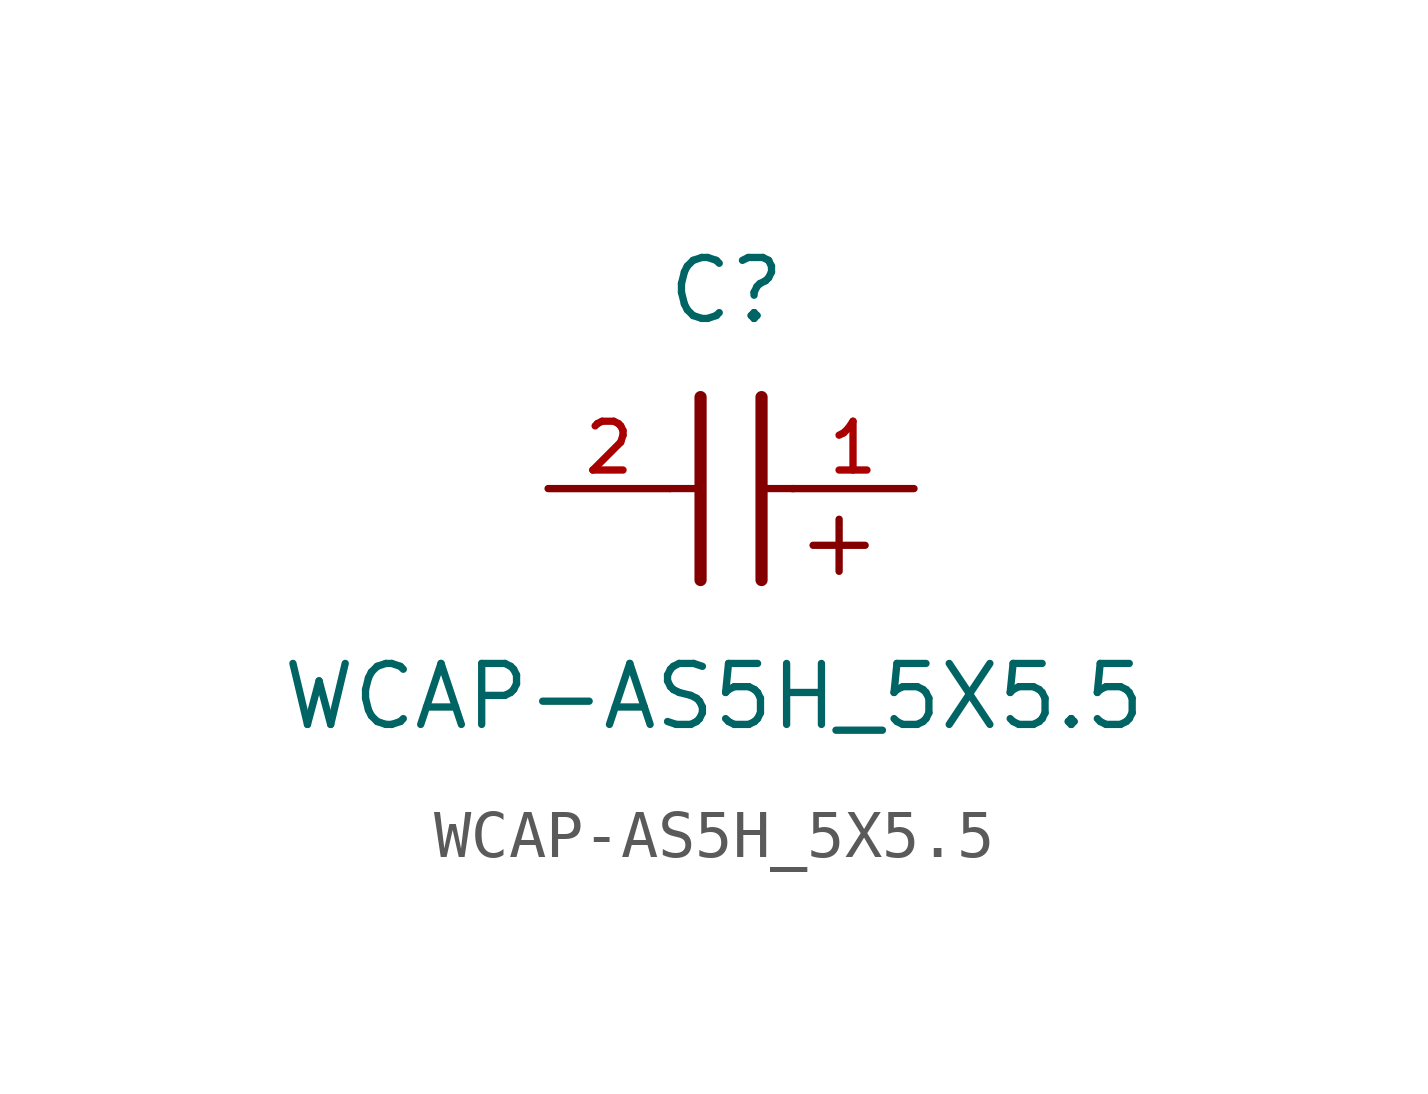
<source format=kicad_sym>
(kicad_symbol_lib
  (version 20211014)
  (generator kicad_symbol_editor)
  (symbol "WCAP-AS5H_5X5.5"
    (pin_names
      (offset 1.016))
    (property "Reference" "C"
      (at 1.175 3.38 0)
      (effects (font (size 1.27 1.27)) (justify bottom)))
    (property "Value" "WCAP-AS5H_5X5.5"
      (at 0.915 -5.075 0)
      (effects (font (size 1.27 1.27)) (justify bottom)))
    (symbol "WCAP-AS5H_5X5.5_0_0"
      (text "+" (at 2.54 -1.905 0) (effects (font (size 1.422 1.422)) (justify bottom left)))
      (polyline (pts (xy 1.905 1.905) (xy 1.905 -1.905)) (stroke (width 0.254)))
      (polyline (pts (xy 0.635 -1.905) (xy 0.635 1.905)) (stroke (width 0.254)))
      (polyline (pts (xy 0.0 0.0) (xy 0.643 0.0)) (stroke (width 0.152)))
      (polyline (pts (xy 1.928 0.0) (xy 2.57 0.0)) (stroke (width 0.152)))
      (pin passive line (at 5.08 0.0 180.0) (length 2.54) (name "~" (effects (font (size 1.016 1.016)))) (number "1" (effects (font (size 1.016 1.016)))))
      (pin passive line (at -2.54 0.0 0) (length 2.54) (name "~" (effects (font (size 1.016 1.016)))) (number "2" (effects (font (size 1.016 1.016))))))))
</source>
